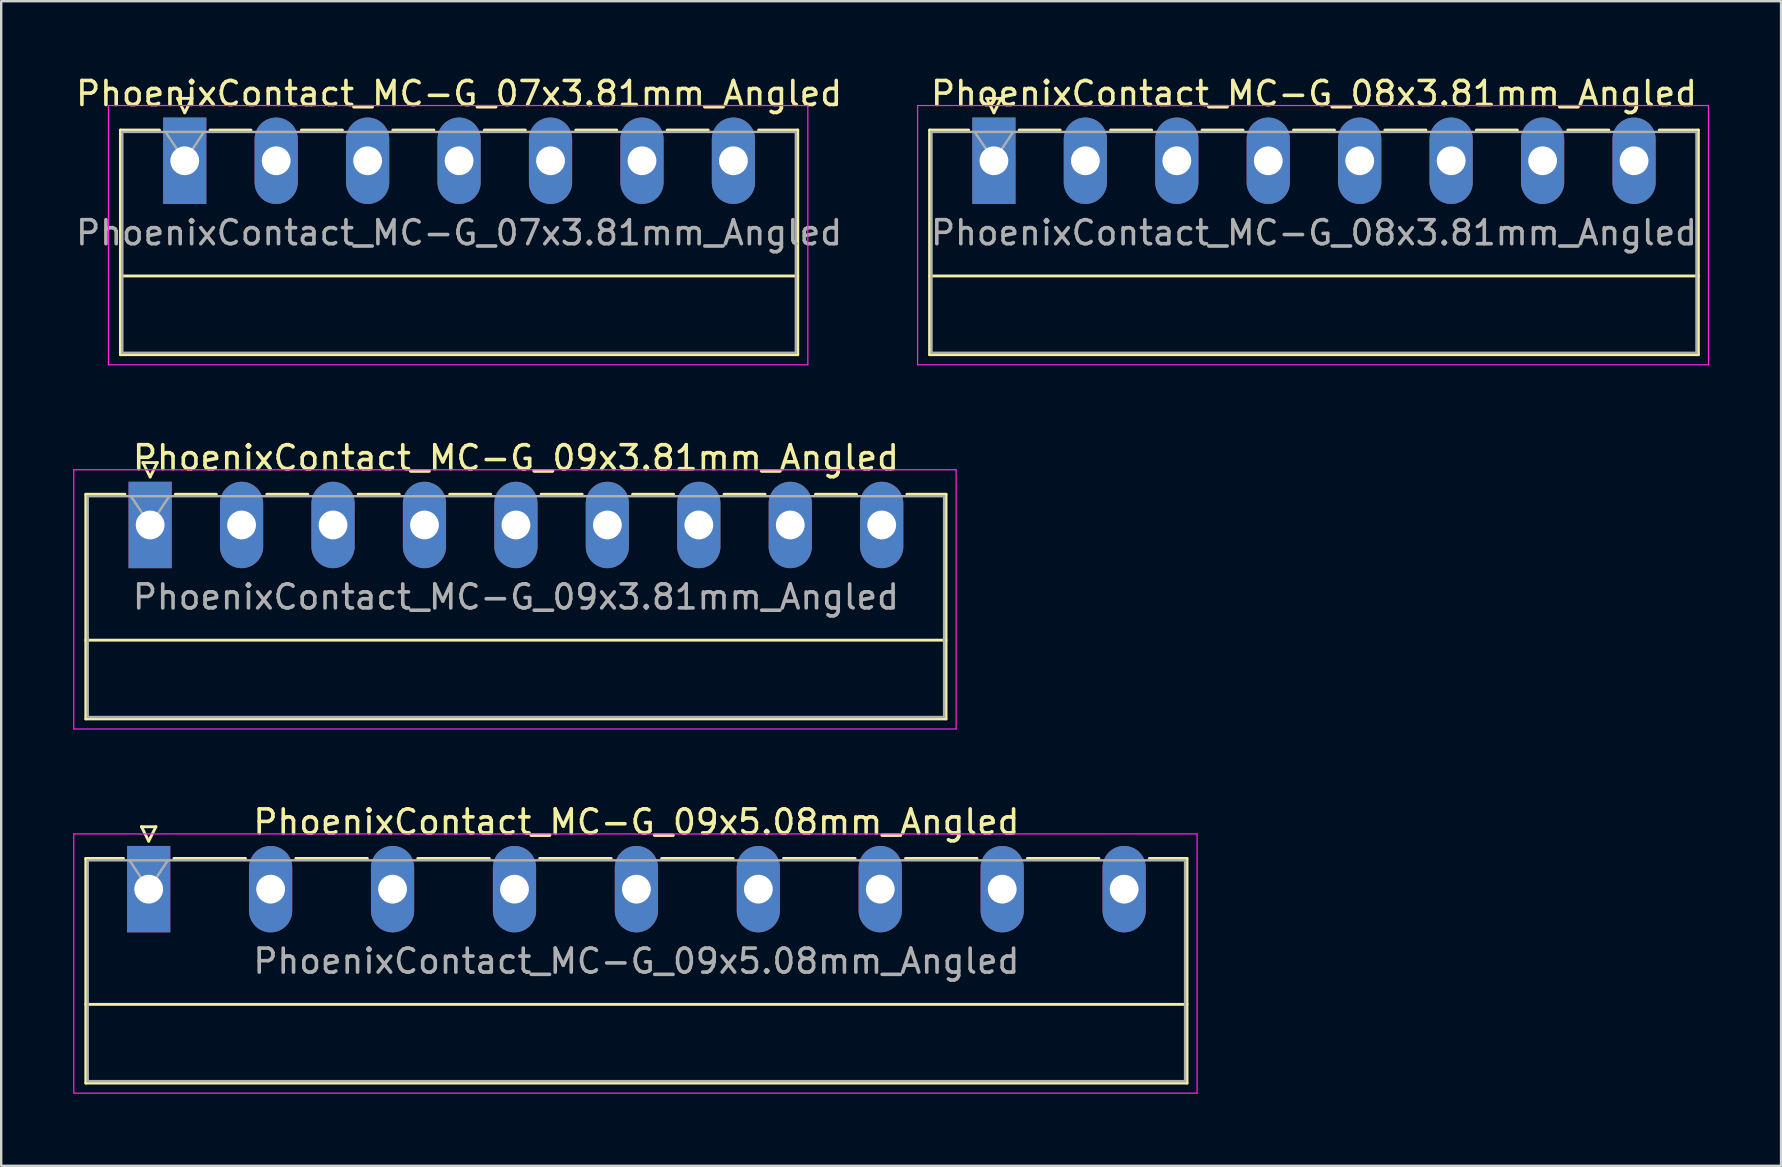
<source format=kicad_pcb>
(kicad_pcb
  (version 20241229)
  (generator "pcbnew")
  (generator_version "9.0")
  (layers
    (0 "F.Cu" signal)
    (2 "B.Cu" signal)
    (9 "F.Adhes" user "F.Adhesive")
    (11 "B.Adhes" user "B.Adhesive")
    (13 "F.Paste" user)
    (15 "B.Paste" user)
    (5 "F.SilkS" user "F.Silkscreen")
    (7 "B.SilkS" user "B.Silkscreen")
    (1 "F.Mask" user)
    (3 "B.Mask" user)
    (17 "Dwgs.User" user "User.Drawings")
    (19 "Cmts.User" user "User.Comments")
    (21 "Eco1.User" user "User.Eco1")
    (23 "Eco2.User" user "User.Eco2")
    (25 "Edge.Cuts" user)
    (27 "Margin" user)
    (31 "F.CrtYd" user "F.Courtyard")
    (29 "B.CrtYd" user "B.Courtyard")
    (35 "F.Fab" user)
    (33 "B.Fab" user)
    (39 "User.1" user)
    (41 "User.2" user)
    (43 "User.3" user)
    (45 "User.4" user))
  (footprint "PhoenixContact_MC-G_09x5.08mm_Angled"
    (layer "F.Cu")
    (at 3.145 33.995)
    (property "Reference" "PhoenixContact_MC-G_09x5.08mm_Angled" (at 20.32 -2.8 0) (layer "F.SilkS") (effects (font (size 1 1) (thickness 0.15))))
    (attr through_hole)
    (fp_line (start -2.62 -1.28) (end -2.62 8.08) (stroke (width 0.12) (type solid)) (layer "F.SilkS"))
    (fp_line (start -2.62 -1.28) (end -1.05 -1.28) (stroke (width 0.12) (type solid)) (layer "F.SilkS"))
    (fp_line (start -2.62 4.8) (end 43.26 4.8) (stroke (width 0.12) (type solid)) (layer "F.SilkS"))
    (fp_line (start -2.62 8.08) (end 43.26 8.08) (stroke (width 0.12) (type solid)) (layer "F.SilkS"))
    (fp_line (start -0.3 -2.6) (end 0.3 -2.6) (stroke (width 0.12) (type solid)) (layer "F.SilkS"))
    (fp_line (start 0 -2) (end -0.3 -2.6) (stroke (width 0.12) (type solid)) (layer "F.SilkS"))
    (fp_line (start 0.3 -2.6) (end 0 -2) (stroke (width 0.12) (type solid)) (layer "F.SilkS"))
    (fp_line (start 1.05 -1.28) (end 4.03 -1.28) (stroke (width 0.12) (type solid)) (layer "F.SilkS"))
    (fp_line (start 6.13 -1.28) (end 9.11 -1.28) (stroke (width 0.12) (type solid)) (layer "F.SilkS"))
    (fp_line (start 11.21 -1.28) (end 14.19 -1.28) (stroke (width 0.12) (type solid)) (layer "F.SilkS"))
    (fp_line (start 16.29 -1.28) (end 19.27 -1.28) (stroke (width 0.12) (type solid)) (layer "F.SilkS"))
    (fp_line (start 21.37 -1.28) (end 24.35 -1.28) (stroke (width 0.12) (type solid)) (layer "F.SilkS"))
    (fp_line (start 26.45 -1.28) (end 29.43 -1.28) (stroke (width 0.12) (type solid)) (layer "F.SilkS"))
    (fp_line (start 31.53 -1.28) (end 34.51 -1.28) (stroke (width 0.12) (type solid)) (layer "F.SilkS"))
    (fp_line (start 36.61 -1.28) (end 39.59 -1.28) (stroke (width 0.12) (type solid)) (layer "F.SilkS"))
    (fp_line (start 43.26 -1.28) (end 41.69 -1.28) (stroke (width 0.12) (type solid)) (layer "F.SilkS"))
    (fp_line (start 43.26 8.08) (end 43.26 -1.28) (stroke (width 0.12) (type solid)) (layer "F.SilkS"))
    (fp_line (start -3.12 -2.3) (end -3.12 8.5) (stroke (width 0.05) (type solid)) (layer "F.CrtYd"))
    (fp_line (start -3.12 8.5) (end 43.68 8.5) (stroke (width 0.05) (type solid)) (layer "F.CrtYd"))
    (fp_line (start 43.68 -2.3) (end -3.12 -2.3) (stroke (width 0.05) (type solid)) (layer "F.CrtYd"))
    (fp_line (start 43.68 8.5) (end 43.68 -2.3) (stroke (width 0.05) (type solid)) (layer "F.CrtYd"))
    (fp_line (start -2.54 -1.2) (end -2.54 8) (stroke (width 0.1) (type solid)) (layer "F.Fab"))
    (fp_line (start -2.54 8) (end 43.18 8) (stroke (width 0.1) (type solid)) (layer "F.Fab"))
    (fp_line (start 0 0) (end -0.8 -1.2) (stroke (width 0.1) (type solid)) (layer "F.Fab"))
    (fp_line (start 0.8 -1.2) (end 0 0) (stroke (width 0.1) (type solid)) (layer "F.Fab"))
    (fp_line (start 43.18 -1.2) (end -2.54 -1.2) (stroke (width 0.1) (type solid)) (layer "F.Fab"))
    (fp_line (start 43.18 8) (end 43.18 -1.2) (stroke (width 0.1) (type solid)) (layer "F.Fab"))
    (fp_text user "${REFERENCE}" (at 20.32 3 0) (layer "F.Fab") (effects (font (size 1 1) (thickness 0.15))))
    (pad "1" thru_hole rect (at 0 0) (size 1.8 3.6) (drill 1.2) (layers "*.Cu" "*.Mask"))
    (pad "2" thru_hole oval (at 5.08 0) (size 1.8 3.6) (drill 1.2) (layers "*.Cu" "*.Mask"))
    (pad "3" thru_hole oval (at 10.16 0) (size 1.8 3.6) (drill 1.2) (layers "*.Cu" "*.Mask"))
    (pad "4" thru_hole oval (at 15.24 0) (size 1.8 3.6) (drill 1.2) (layers "*.Cu" "*.Mask"))
    (pad "5" thru_hole oval (at 20.32 0) (size 1.8 3.6) (drill 1.2) (layers "*.Cu" "*.Mask"))
    (pad "6" thru_hole oval (at 25.4 0) (size 1.8 3.6) (drill 1.2) (layers "*.Cu" "*.Mask"))
    (pad "7" thru_hole oval (at 30.48 0) (size 1.8 3.6) (drill 1.2) (layers "*.Cu" "*.Mask"))
    (pad "8" thru_hole oval (at 35.56 0) (size 1.8 3.6) (drill 1.2) (layers "*.Cu" "*.Mask"))
    (pad "9" thru_hole oval (at 40.64 0) (size 1.8 3.6) (drill 1.2) (layers "*.Cu" "*.Mask")))
  (footprint "PhoenixContact_MC-G_09x3.81mm_Angled"
    (layer "F.Cu")
    (at 3.205 18.822)
    (property "Reference" "PhoenixContact_MC-G_09x3.81mm_Angled" (at 15.24 -2.8 0) (layer "F.SilkS") (effects (font (size 1 1) (thickness 0.15))))
    (attr through_hole)
    (fp_line (start -2.68 -1.28) (end -2.68 8.08) (stroke (width 0.12) (type solid)) (layer "F.SilkS"))
    (fp_line (start -2.68 -1.28) (end -1.05 -1.28) (stroke (width 0.12) (type solid)) (layer "F.SilkS"))
    (fp_line (start -2.68 4.8) (end 33.16 4.8) (stroke (width 0.12) (type solid)) (layer "F.SilkS"))
    (fp_line (start -2.68 8.08) (end 33.16 8.08) (stroke (width 0.12) (type solid)) (layer "F.SilkS"))
    (fp_line (start -0.3 -2.6) (end 0.3 -2.6) (stroke (width 0.12) (type solid)) (layer "F.SilkS"))
    (fp_line (start 0 -2) (end -0.3 -2.6) (stroke (width 0.12) (type solid)) (layer "F.SilkS"))
    (fp_line (start 0.3 -2.6) (end 0 -2) (stroke (width 0.12) (type solid)) (layer "F.SilkS"))
    (fp_line (start 1.05 -1.28) (end 2.76 -1.28) (stroke (width 0.12) (type solid)) (layer "F.SilkS"))
    (fp_line (start 4.86 -1.28) (end 6.57 -1.28) (stroke (width 0.12) (type solid)) (layer "F.SilkS"))
    (fp_line (start 8.67 -1.28) (end 10.38 -1.28) (stroke (width 0.12) (type solid)) (layer "F.SilkS"))
    (fp_line (start 12.48 -1.28) (end 14.19 -1.28) (stroke (width 0.12) (type solid)) (layer "F.SilkS"))
    (fp_line (start 16.29 -1.28) (end 18 -1.28) (stroke (width 0.12) (type solid)) (layer "F.SilkS"))
    (fp_line (start 20.1 -1.28) (end 21.81 -1.28) (stroke (width 0.12) (type solid)) (layer "F.SilkS"))
    (fp_line (start 23.91 -1.28) (end 25.62 -1.28) (stroke (width 0.12) (type solid)) (layer "F.SilkS"))
    (fp_line (start 27.72 -1.28) (end 29.43 -1.28) (stroke (width 0.12) (type solid)) (layer "F.SilkS"))
    (fp_line (start 33.16 -1.28) (end 31.53 -1.28) (stroke (width 0.12) (type solid)) (layer "F.SilkS"))
    (fp_line (start 33.16 8.08) (end 33.16 -1.28) (stroke (width 0.12) (type solid)) (layer "F.SilkS"))
    (fp_line (start -3.18 -2.3) (end -3.18 8.5) (stroke (width 0.05) (type solid)) (layer "F.CrtYd"))
    (fp_line (start -3.18 8.5) (end 33.58 8.5) (stroke (width 0.05) (type solid)) (layer "F.CrtYd"))
    (fp_line (start 33.58 -2.3) (end -3.18 -2.3) (stroke (width 0.05) (type solid)) (layer "F.CrtYd"))
    (fp_line (start 33.58 8.5) (end 33.58 -2.3) (stroke (width 0.05) (type solid)) (layer "F.CrtYd"))
    (fp_line (start -2.6 -1.2) (end -2.6 8) (stroke (width 0.1) (type solid)) (layer "F.Fab"))
    (fp_line (start -2.6 8) (end 33.08 8) (stroke (width 0.1) (type solid)) (layer "F.Fab"))
    (fp_line (start 0 0) (end -0.8 -1.2) (stroke (width 0.1) (type solid)) (layer "F.Fab"))
    (fp_line (start 0.8 -1.2) (end 0 0) (stroke (width 0.1) (type solid)) (layer "F.Fab"))
    (fp_line (start 33.08 -1.2) (end -2.6 -1.2) (stroke (width 0.1) (type solid)) (layer "F.Fab"))
    (fp_line (start 33.08 8) (end 33.08 -1.2) (stroke (width 0.1) (type solid)) (layer "F.Fab"))
    (fp_text user "${REFERENCE}" (at 15.24 3 0) (layer "F.Fab") (effects (font (size 1 1) (thickness 0.15))))
    (pad "1" thru_hole rect (at 0 0) (size 1.8 3.6) (drill 1.2) (layers "*.Cu" "*.Mask"))
    (pad "2" thru_hole oval (at 3.81 0) (size 1.8 3.6) (drill 1.2) (layers "*.Cu" "*.Mask"))
    (pad "3" thru_hole oval (at 7.62 0) (size 1.8 3.6) (drill 1.2) (layers "*.Cu" "*.Mask"))
    (pad "4" thru_hole oval (at 11.43 0) (size 1.8 3.6) (drill 1.2) (layers "*.Cu" "*.Mask"))
    (pad "5" thru_hole oval (at 15.24 0) (size 1.8 3.6) (drill 1.2) (layers "*.Cu" "*.Mask"))
    (pad "6" thru_hole oval (at 19.05 0) (size 1.8 3.6) (drill 1.2) (layers "*.Cu" "*.Mask"))
    (pad "7" thru_hole oval (at 22.86 0) (size 1.8 3.6) (drill 1.2) (layers "*.Cu" "*.Mask"))
    (pad "8" thru_hole oval (at 26.67 0) (size 1.8 3.6) (drill 1.2) (layers "*.Cu" "*.Mask"))
    (pad "9" thru_hole oval (at 30.48 0) (size 1.8 3.6) (drill 1.2) (layers "*.Cu" "*.Mask")))
  (footprint "PhoenixContact_MC-G_07x3.81mm_Angled"
    (layer "F.Cu")
    (at 4.647 3.648)
    (property "Reference" "PhoenixContact_MC-G_07x3.81mm_Angled" (at 11.43 -2.8 0) (layer "F.SilkS") (effects (font (size 1 1) (thickness 0.15))))
    (attr through_hole)
    (fp_line (start -2.68 -1.28) (end -2.68 8.08) (stroke (width 0.12) (type solid)) (layer "F.SilkS"))
    (fp_line (start -2.68 -1.28) (end -1.05 -1.28) (stroke (width 0.12) (type solid)) (layer "F.SilkS"))
    (fp_line (start -2.68 4.8) (end 25.54 4.8) (stroke (width 0.12) (type solid)) (layer "F.SilkS"))
    (fp_line (start -2.68 8.08) (end 25.54 8.08) (stroke (width 0.12) (type solid)) (layer "F.SilkS"))
    (fp_line (start -0.3 -2.6) (end 0.3 -2.6) (stroke (width 0.12) (type solid)) (layer "F.SilkS"))
    (fp_line (start 0 -2) (end -0.3 -2.6) (stroke (width 0.12) (type solid)) (layer "F.SilkS"))
    (fp_line (start 0.3 -2.6) (end 0 -2) (stroke (width 0.12) (type solid)) (layer "F.SilkS"))
    (fp_line (start 1.05 -1.28) (end 2.76 -1.28) (stroke (width 0.12) (type solid)) (layer "F.SilkS"))
    (fp_line (start 4.86 -1.28) (end 6.57 -1.28) (stroke (width 0.12) (type solid)) (layer "F.SilkS"))
    (fp_line (start 8.67 -1.28) (end 10.38 -1.28) (stroke (width 0.12) (type solid)) (layer "F.SilkS"))
    (fp_line (start 12.48 -1.28) (end 14.19 -1.28) (stroke (width 0.12) (type solid)) (layer "F.SilkS"))
    (fp_line (start 16.29 -1.28) (end 18 -1.28) (stroke (width 0.12) (type solid)) (layer "F.SilkS"))
    (fp_line (start 20.1 -1.28) (end 21.81 -1.28) (stroke (width 0.12) (type solid)) (layer "F.SilkS"))
    (fp_line (start 25.54 -1.28) (end 23.91 -1.28) (stroke (width 0.12) (type solid)) (layer "F.SilkS"))
    (fp_line (start 25.54 8.08) (end 25.54 -1.28) (stroke (width 0.12) (type solid)) (layer "F.SilkS"))
    (fp_line (start -3.18 -2.3) (end -3.18 8.5) (stroke (width 0.05) (type solid)) (layer "F.CrtYd"))
    (fp_line (start -3.18 8.5) (end 25.96 8.5) (stroke (width 0.05) (type solid)) (layer "F.CrtYd"))
    (fp_line (start 25.96 -2.3) (end -3.18 -2.3) (stroke (width 0.05) (type solid)) (layer "F.CrtYd"))
    (fp_line (start 25.96 8.5) (end 25.96 -2.3) (stroke (width 0.05) (type solid)) (layer "F.CrtYd"))
    (fp_line (start -2.6 -1.2) (end -2.6 8) (stroke (width 0.1) (type solid)) (layer "F.Fab"))
    (fp_line (start -2.6 8) (end 25.46 8) (stroke (width 0.1) (type solid)) (layer "F.Fab"))
    (fp_line (start 0 0) (end -0.8 -1.2) (stroke (width 0.1) (type solid)) (layer "F.Fab"))
    (fp_line (start 0.8 -1.2) (end 0 0) (stroke (width 0.1) (type solid)) (layer "F.Fab"))
    (fp_line (start 25.46 -1.2) (end -2.6 -1.2) (stroke (width 0.1) (type solid)) (layer "F.Fab"))
    (fp_line (start 25.46 8) (end 25.46 -1.2) (stroke (width 0.1) (type solid)) (layer "F.Fab"))
    (fp_text user "${REFERENCE}" (at 11.43 3 0) (layer "F.Fab") (effects (font (size 1 1) (thickness 0.15))))
    (pad "1" thru_hole rect (at 0 0) (size 1.8 3.6) (drill 1.2) (layers "*.Cu" "*.Mask"))
    (pad "2" thru_hole oval (at 3.81 0) (size 1.8 3.6) (drill 1.2) (layers "*.Cu" "*.Mask"))
    (pad "3" thru_hole oval (at 7.62 0) (size 1.8 3.6) (drill 1.2) (layers "*.Cu" "*.Mask"))
    (pad "4" thru_hole oval (at 11.43 0) (size 1.8 3.6) (drill 1.2) (layers "*.Cu" "*.Mask"))
    (pad "5" thru_hole oval (at 15.24 0) (size 1.8 3.6) (drill 1.2) (layers "*.Cu" "*.Mask"))
    (pad "6" thru_hole oval (at 19.05 0) (size 1.8 3.6) (drill 1.2) (layers "*.Cu" "*.Mask"))
    (pad "7" thru_hole oval (at 22.86 0) (size 1.8 3.6) (drill 1.2) (layers "*.Cu" "*.Mask")))
  (footprint "PhoenixContact_MC-G_08x3.81mm_Angled"
    (layer "F.Cu")
    (at 38.36 3.648)
    (property "Reference" "PhoenixContact_MC-G_08x3.81mm_Angled" (at 13.335 -2.8 0) (layer "F.SilkS") (effects (font (size 1 1) (thickness 0.15))))
    (attr through_hole)
    (fp_line (start -2.68 -1.28) (end -2.68 8.08) (stroke (width 0.12) (type solid)) (layer "F.SilkS"))
    (fp_line (start -2.68 -1.28) (end -1.05 -1.28) (stroke (width 0.12) (type solid)) (layer "F.SilkS"))
    (fp_line (start -2.68 4.8) (end 29.35 4.8) (stroke (width 0.12) (type solid)) (layer "F.SilkS"))
    (fp_line (start -2.68 8.08) (end 29.35 8.08) (stroke (width 0.12) (type solid)) (layer "F.SilkS"))
    (fp_line (start -0.3 -2.6) (end 0.3 -2.6) (stroke (width 0.12) (type solid)) (layer "F.SilkS"))
    (fp_line (start 0 -2) (end -0.3 -2.6) (stroke (width 0.12) (type solid)) (layer "F.SilkS"))
    (fp_line (start 0.3 -2.6) (end 0 -2) (stroke (width 0.12) (type solid)) (layer "F.SilkS"))
    (fp_line (start 1.05 -1.28) (end 2.76 -1.28) (stroke (width 0.12) (type solid)) (layer "F.SilkS"))
    (fp_line (start 4.86 -1.28) (end 6.57 -1.28) (stroke (width 0.12) (type solid)) (layer "F.SilkS"))
    (fp_line (start 8.67 -1.28) (end 10.38 -1.28) (stroke (width 0.12) (type solid)) (layer "F.SilkS"))
    (fp_line (start 12.48 -1.28) (end 14.19 -1.28) (stroke (width 0.12) (type solid)) (layer "F.SilkS"))
    (fp_line (start 16.29 -1.28) (end 18 -1.28) (stroke (width 0.12) (type solid)) (layer "F.SilkS"))
    (fp_line (start 20.1 -1.28) (end 21.81 -1.28) (stroke (width 0.12) (type solid)) (layer "F.SilkS"))
    (fp_line (start 23.91 -1.28) (end 25.62 -1.28) (stroke (width 0.12) (type solid)) (layer "F.SilkS"))
    (fp_line (start 29.35 -1.28) (end 27.72 -1.28) (stroke (width 0.12) (type solid)) (layer "F.SilkS"))
    (fp_line (start 29.35 8.08) (end 29.35 -1.28) (stroke (width 0.12) (type solid)) (layer "F.SilkS"))
    (fp_line (start -3.18 -2.3) (end -3.18 8.5) (stroke (width 0.05) (type solid)) (layer "F.CrtYd"))
    (fp_line (start -3.18 8.5) (end 29.77 8.5) (stroke (width 0.05) (type solid)) (layer "F.CrtYd"))
    (fp_line (start 29.77 -2.3) (end -3.18 -2.3) (stroke (width 0.05) (type solid)) (layer "F.CrtYd"))
    (fp_line (start 29.77 8.5) (end 29.77 -2.3) (stroke (width 0.05) (type solid)) (layer "F.CrtYd"))
    (fp_line (start -2.6 -1.2) (end -2.6 8) (stroke (width 0.1) (type solid)) (layer "F.Fab"))
    (fp_line (start -2.6 8) (end 29.27 8) (stroke (width 0.1) (type solid)) (layer "F.Fab"))
    (fp_line (start 0 0) (end -0.8 -1.2) (stroke (width 0.1) (type solid)) (layer "F.Fab"))
    (fp_line (start 0.8 -1.2) (end 0 0) (stroke (width 0.1) (type solid)) (layer "F.Fab"))
    (fp_line (start 29.27 -1.2) (end -2.6 -1.2) (stroke (width 0.1) (type solid)) (layer "F.Fab"))
    (fp_line (start 29.27 8) (end 29.27 -1.2) (stroke (width 0.1) (type solid)) (layer "F.Fab"))
    (fp_text user "${REFERENCE}" (at 13.335 3 0) (layer "F.Fab") (effects (font (size 1 1) (thickness 0.15))))
    (pad "1" thru_hole rect (at 0 0) (size 1.8 3.6) (drill 1.2) (layers "*.Cu" "*.Mask"))
    (pad "2" thru_hole oval (at 3.81 0) (size 1.8 3.6) (drill 1.2) (layers "*.Cu" "*.Mask"))
    (pad "3" thru_hole oval (at 7.62 0) (size 1.8 3.6) (drill 1.2) (layers "*.Cu" "*.Mask"))
    (pad "4" thru_hole oval (at 11.43 0) (size 1.8 3.6) (drill 1.2) (layers "*.Cu" "*.Mask"))
    (pad "5" thru_hole oval (at 15.24 0) (size 1.8 3.6) (drill 1.2) (layers "*.Cu" "*.Mask"))
    (pad "6" thru_hole oval (at 19.05 0) (size 1.8 3.6) (drill 1.2) (layers "*.Cu" "*.Mask"))
    (pad "7" thru_hole oval (at 22.86 0) (size 1.8 3.6) (drill 1.2) (layers "*.Cu" "*.Mask"))
    (pad "8" thru_hole oval (at 26.67 0) (size 1.8 3.6) (drill 1.2) (layers "*.Cu" "*.Mask")))
  (gr_rect
    (start -3 -3)
    (end 71.155 45.52)
    (stroke (width 0.1) (type default))
    (fill no)
    (layer "Edge.Cuts")))
</source>
